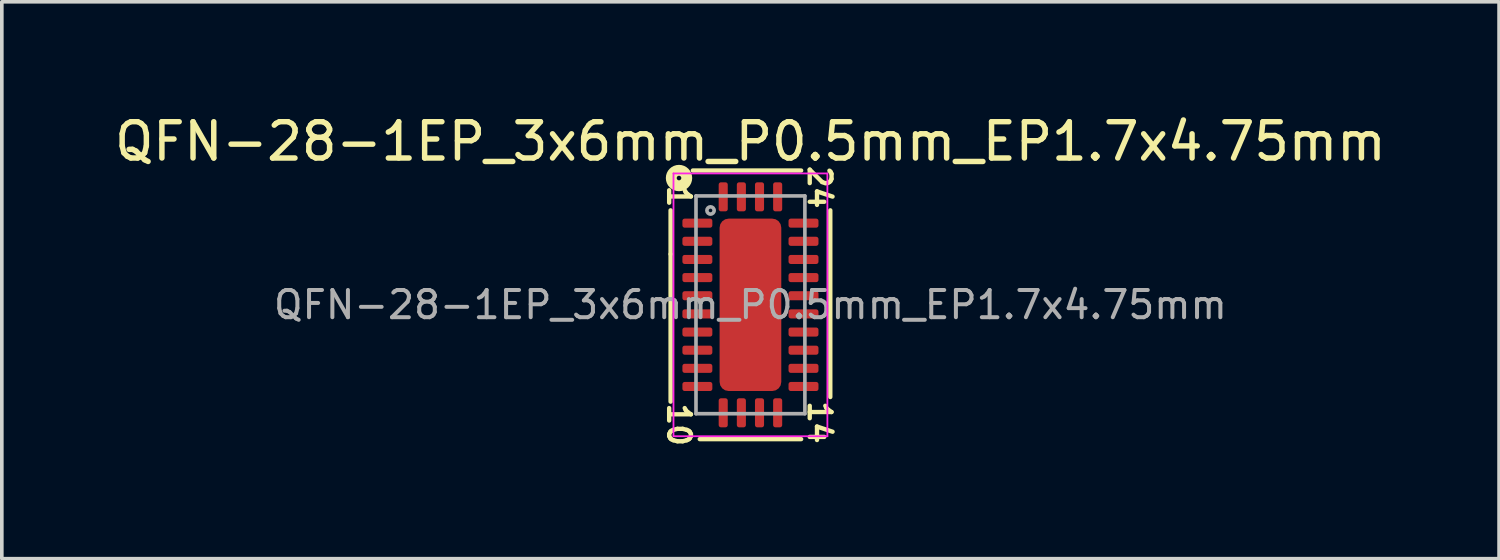
<source format=kicad_pcb>
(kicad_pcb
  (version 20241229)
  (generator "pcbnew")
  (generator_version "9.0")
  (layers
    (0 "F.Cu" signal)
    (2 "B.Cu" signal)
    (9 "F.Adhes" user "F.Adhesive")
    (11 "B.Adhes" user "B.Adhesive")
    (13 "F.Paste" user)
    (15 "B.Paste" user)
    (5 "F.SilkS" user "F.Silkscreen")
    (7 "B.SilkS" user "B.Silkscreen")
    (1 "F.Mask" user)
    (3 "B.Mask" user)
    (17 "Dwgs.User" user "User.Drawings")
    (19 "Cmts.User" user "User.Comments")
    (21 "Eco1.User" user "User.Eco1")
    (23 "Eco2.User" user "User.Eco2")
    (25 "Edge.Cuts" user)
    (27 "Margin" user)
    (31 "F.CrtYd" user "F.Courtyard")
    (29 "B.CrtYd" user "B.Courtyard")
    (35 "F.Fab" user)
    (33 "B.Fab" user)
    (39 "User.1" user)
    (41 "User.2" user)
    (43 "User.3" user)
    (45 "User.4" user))
  (footprint "QFN-28-1EP_3x6mm_P0.5mm_EP1.7x4.75mm"
    (layer "F.Cu")
    (at 17.625 5.348)
    (property "Reference" "QFN-28-1EP_3x6mm_P0.5mm_EP1.7x4.75mm" (at 0 -4.5 0) (layer "F.SilkS") (effects (font (size 1 1) (thickness 0.15))))
    (attr smd)
    (fp_line (start -2.2 -2.603) (end -2.2 -1.397) (stroke (width 0.12) (type solid)) (layer "F.SilkS"))
    (fp_line (start -2.2 -1.397) (end -2.2 2.667) (stroke (width 0.12) (type solid)) (layer "F.SilkS"))
    (fp_line (start -1.397 3.7) (end 1.397 3.7) (stroke (width 0.12) (type solid)) (layer "F.SilkS"))
    (fp_line (start 1.397 -3.7) (end -1.587 -3.7) (stroke (width 0.12) (type solid)) (layer "F.SilkS"))
    (fp_line (start 2.2 2.54) (end 2.2 -2.603) (stroke (width 0.12) (type solid)) (layer "F.SilkS"))
    (fp_circle (center -1.968 -3.493) (end -1.905 -3.493) (stroke (width 0.3) (type solid)) (fill no) (layer "F.SilkS"))
    (fp_line (start -2.12 -3.62) (end -2.12 3.62) (stroke (width 0.05) (type solid)) (layer "F.CrtYd"))
    (fp_line (start -2.12 3.62) (end 2.12 3.62) (stroke (width 0.05) (type solid)) (layer "F.CrtYd"))
    (fp_line (start 2.12 -3.62) (end -2.12 -3.62) (stroke (width 0.05) (type solid)) (layer "F.CrtYd"))
    (fp_line (start 2.12 3.62) (end 2.12 -3.62) (stroke (width 0.05) (type solid)) (layer "F.CrtYd"))
    (fp_line (start -1.5 -3) (end 1.5 -3) (stroke (width 0.1) (type solid)) (layer "F.Fab"))
    (fp_line (start -1.5 3) (end -1.5 -3) (stroke (width 0.1) (type solid)) (layer "F.Fab"))
    (fp_line (start 1.5 -3) (end 1.5 3) (stroke (width 0.1) (type solid)) (layer "F.Fab"))
    (fp_line (start 1.5 3) (end -1.5 3) (stroke (width 0.1) (type solid)) (layer "F.Fab"))
    (fp_circle (center -1.1 -2.6) (end -1 -2.6) (stroke (width 0.1) (type solid)) (fill no) (layer "F.Fab"))
    (fp_text user "14" (at 1.905 3.239 270) (unlocked yes) (layer "F.SilkS") (effects (font (size 0.6 0.6) (thickness 0.12))))
    (fp_text user "1" (at -1.968 -2.985 270) (unlocked yes) (layer "F.SilkS") (effects (font (size 0.6 0.6) (thickness 0.12))))
    (fp_text user "10" (at -1.968 3.302 270) (unlocked yes) (layer "F.SilkS") (effects (font (size 0.6 0.6) (thickness 0.12))))
    (fp_text user "24" (at 1.905 -3.239 270) (unlocked yes) (layer "F.SilkS") (effects (font (size 0.6 0.6) (thickness 0.12))))
    (fp_text user "${REFERENCE}" (at 0 0 0) (layer "F.Fab") (effects (font (size 0.75 0.75) (thickness 0.11))))
    (pad "" smd roundrect (at -0.425 -1.785) (size 0.69 0.96) (layers "F.Paste") (roundrect_rratio 0.25))
    (pad "" smd roundrect (at -0.425 -0.595) (size 0.69 0.96) (layers "F.Paste") (roundrect_rratio 0.25))
    (pad "" smd roundrect (at -0.425 0.595) (size 0.69 0.96) (layers "F.Paste") (roundrect_rratio 0.25))
    (pad "" smd roundrect (at -0.425 1.785) (size 0.69 0.96) (layers "F.Paste") (roundrect_rratio 0.25))
    (pad "" smd roundrect (at 0.425 -1.785) (size 0.69 0.96) (layers "F.Paste") (roundrect_rratio 0.25))
    (pad "" smd roundrect (at 0.425 -0.595) (size 0.69 0.96) (layers "F.Paste") (roundrect_rratio 0.25))
    (pad "" smd roundrect (at 0.425 0.595) (size 0.69 0.96) (layers "F.Paste") (roundrect_rratio 0.25))
    (pad "" smd roundrect (at 0.425 1.785) (size 0.69 0.96) (layers "F.Paste") (roundrect_rratio 0.25))
    (pad "1" smd roundrect (at -1.462 -2.25) (size 0.825 0.25) (layers "F.Cu" "F.Mask" "F.Paste") (roundrect_rratio 0.25))
    (pad "2" smd roundrect (at -1.462 -1.75) (size 0.825 0.25) (layers "F.Cu" "F.Mask" "F.Paste") (roundrect_rratio 0.25))
    (pad "3" smd roundrect (at -1.462 -1.25) (size 0.825 0.25) (layers "F.Cu" "F.Mask" "F.Paste") (roundrect_rratio 0.25))
    (pad "4" smd roundrect (at -1.462 -0.75) (size 0.825 0.25) (layers "F.Cu" "F.Mask" "F.Paste") (roundrect_rratio 0.25))
    (pad "5" smd roundrect (at -1.462 -0.25) (size 0.825 0.25) (layers "F.Cu" "F.Mask" "F.Paste") (roundrect_rratio 0.25))
    (pad "6" smd roundrect (at -1.462 0.25) (size 0.825 0.25) (layers "F.Cu" "F.Mask" "F.Paste") (roundrect_rratio 0.25))
    (pad "7" smd roundrect (at -1.462 0.75) (size 0.825 0.25) (layers "F.Cu" "F.Mask" "F.Paste") (roundrect_rratio 0.25))
    (pad "8" smd roundrect (at -1.462 1.25) (size 0.825 0.25) (layers "F.Cu" "F.Mask" "F.Paste") (roundrect_rratio 0.25))
    (pad "9" smd roundrect (at -1.462 1.75) (size 0.825 0.25) (layers "F.Cu" "F.Mask" "F.Paste") (roundrect_rratio 0.25))
    (pad "10" smd roundrect (at -1.462 2.25) (size 0.825 0.25) (layers "F.Cu" "F.Mask" "F.Paste") (roundrect_rratio 0.25))
    (pad "11" smd roundrect (at -0.75 2.975) (size 0.25 0.8) (layers "F.Cu" "F.Mask" "F.Paste") (roundrect_rratio 0.25))
    (pad "12" smd roundrect (at -0.25 2.975) (size 0.25 0.8) (layers "F.Cu" "F.Mask" "F.Paste") (roundrect_rratio 0.25))
    (pad "13" smd roundrect (at 0.25 2.975) (size 0.25 0.8) (layers "F.Cu" "F.Mask" "F.Paste") (roundrect_rratio 0.25))
    (pad "14" smd roundrect (at 0.75 2.975) (size 0.25 0.8) (layers "F.Cu" "F.Mask" "F.Paste") (roundrect_rratio 0.25))
    (pad "15" smd roundrect (at 1.462 2.25) (size 0.825 0.25) (layers "F.Cu" "F.Mask" "F.Paste") (roundrect_rratio 0.25))
    (pad "16" smd roundrect (at 1.462 1.75) (size 0.825 0.25) (layers "F.Cu" "F.Mask" "F.Paste") (roundrect_rratio 0.25))
    (pad "17" smd roundrect (at 1.462 1.25) (size 0.825 0.25) (layers "F.Cu" "F.Mask" "F.Paste") (roundrect_rratio 0.25))
    (pad "18" smd roundrect (at 1.462 0.75) (size 0.825 0.25) (layers "F.Cu" "F.Mask" "F.Paste") (roundrect_rratio 0.25))
    (pad "19" smd roundrect (at 1.462 0.25) (size 0.825 0.25) (layers "F.Cu" "F.Mask" "F.Paste") (roundrect_rratio 0.25))
    (pad "20" smd roundrect (at 1.462 -0.25) (size 0.825 0.25) (layers "F.Cu" "F.Mask" "F.Paste") (roundrect_rratio 0.25))
    (pad "21" smd roundrect (at 1.462 -0.75) (size 0.825 0.25) (layers "F.Cu" "F.Mask" "F.Paste") (roundrect_rratio 0.25))
    (pad "22" smd roundrect (at 1.462 -1.25) (size 0.825 0.25) (layers "F.Cu" "F.Mask" "F.Paste") (roundrect_rratio 0.25))
    (pad "23" smd roundrect (at 1.462 -1.75) (size 0.825 0.25) (layers "F.Cu" "F.Mask" "F.Paste") (roundrect_rratio 0.25))
    (pad "24" smd roundrect (at 1.462 -2.25) (size 0.825 0.25) (layers "F.Cu" "F.Mask" "F.Paste") (roundrect_rratio 0.25))
    (pad "25" smd roundrect (at 0.75 -2.975) (size 0.25 0.8) (layers "F.Cu" "F.Mask" "F.Paste") (roundrect_rratio 0.25))
    (pad "26" smd roundrect (at 0.25 -2.975) (size 0.25 0.8) (layers "F.Cu" "F.Mask" "F.Paste") (roundrect_rratio 0.25))
    (pad "27" smd roundrect (at -0.25 -2.975) (size 0.25 0.8) (layers "F.Cu" "F.Mask" "F.Paste") (roundrect_rratio 0.25))
    (pad "28" smd roundrect (at -0.75 -2.975) (size 0.25 0.8) (layers "F.Cu" "F.Mask" "F.Paste") (roundrect_rratio 0.25))
    (pad "29" smd roundrect (at 0 0) (size 1.7 4.75) (layers "F.Cu" "F.Mask") (roundrect_rratio 0.147)))
  (gr_rect
    (start -3 -3)
    (end 38.25 12.342)
    (stroke (width 0.1) (type default))
    (fill no)
    (layer "Edge.Cuts")))
</source>
